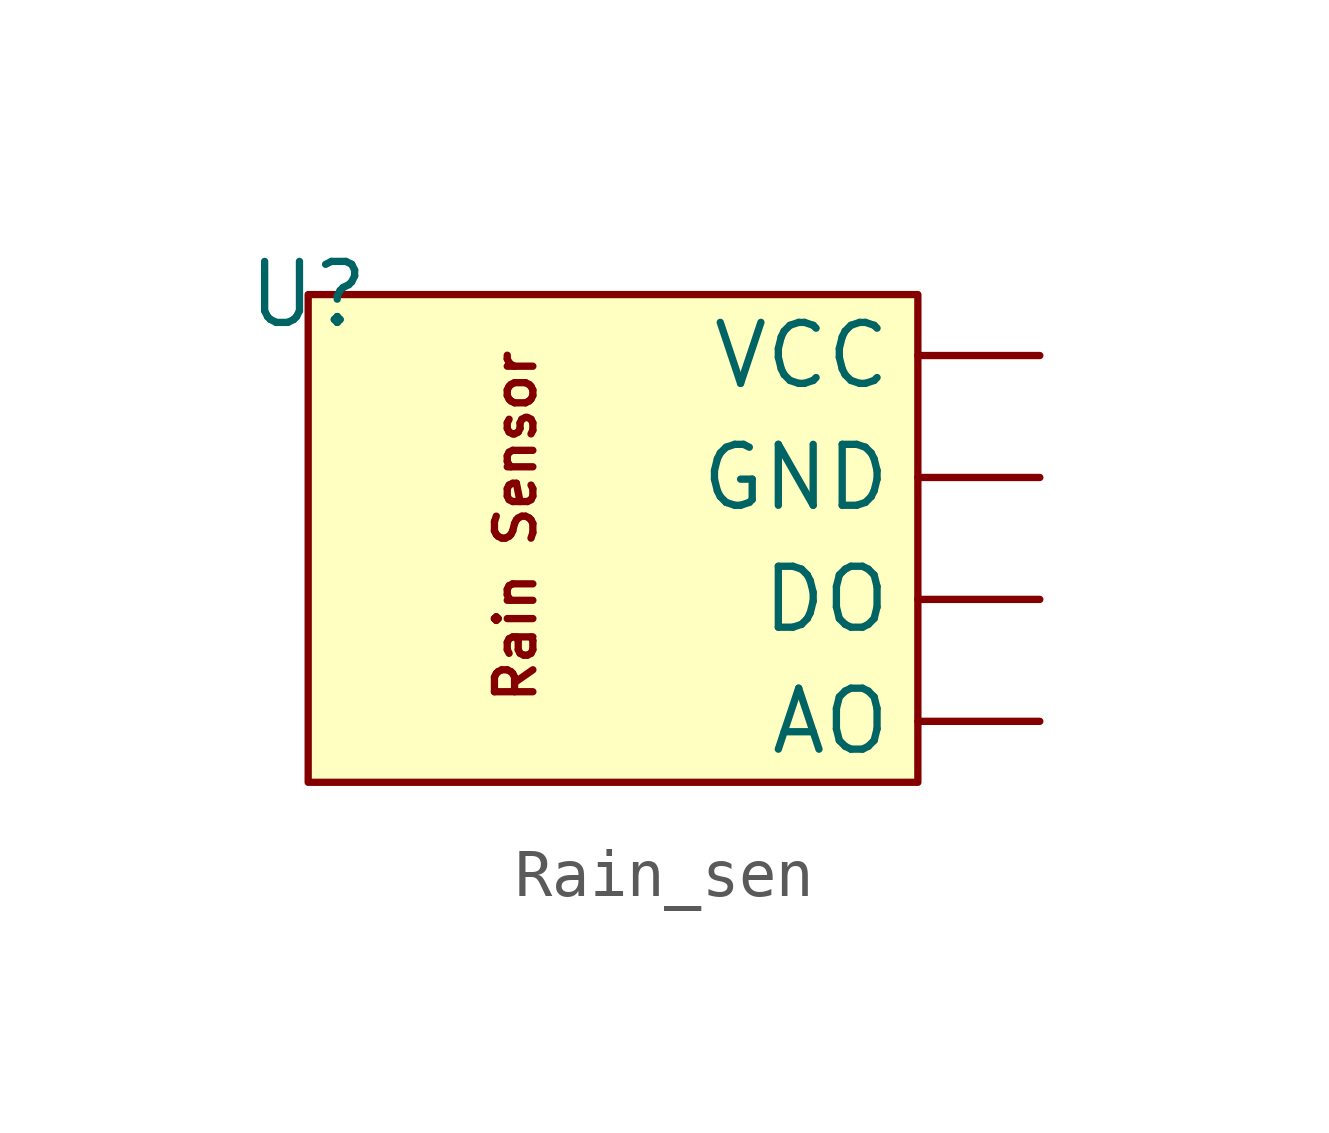
<source format=kicad_sym>
(kicad_symbol_lib
  (version 20241209)
  (generator "kicad_symbol_editor")
  (generator_version "9.0")
  (symbol "Rain_sen"
    (power)
    (property "Reference" "U"
      (at 0 0 0)
      (effects (font (size 1.27 1.27))))
    (property "Value" ""
      (at 0 0 0)
      (effects (font (size 1.27 1.27))))
    (symbol "Rain_sen_1_1"
      (rectangle (start 0 0) (end 12.7 -10.16) (stroke (width 0) (type solid)) (fill (type background)))
      (text "Rain Sensor\n" (at 4.318 -4.826 900) (effects (font (size 0.8 0.8))))
      (pin power_in line (at 15.24 -1.27 180) (length 2.54) (name "VCC" (effects (font (size 1.27 1.27)))) (number "" (effects (font (size 1.27 1.27)))))
      (pin power_in line (at 15.24 -3.81 180) (length 2.54) (name "GND" (effects (font (size 1.27 1.27)))) (number "" (effects (font (size 1.27 1.27)))))
      (pin output line (at 15.24 -6.35 180) (length 2.54) (name "DO" (effects (font (size 1.27 1.27)))) (number "" (effects (font (size 1.27 1.27)))))
      (pin output line (at 15.24 -8.89 180) (length 2.54) (name "AO" (effects (font (size 1.27 1.27)))) (number "" (effects (font (size 1.27 1.27))))))))
</source>
